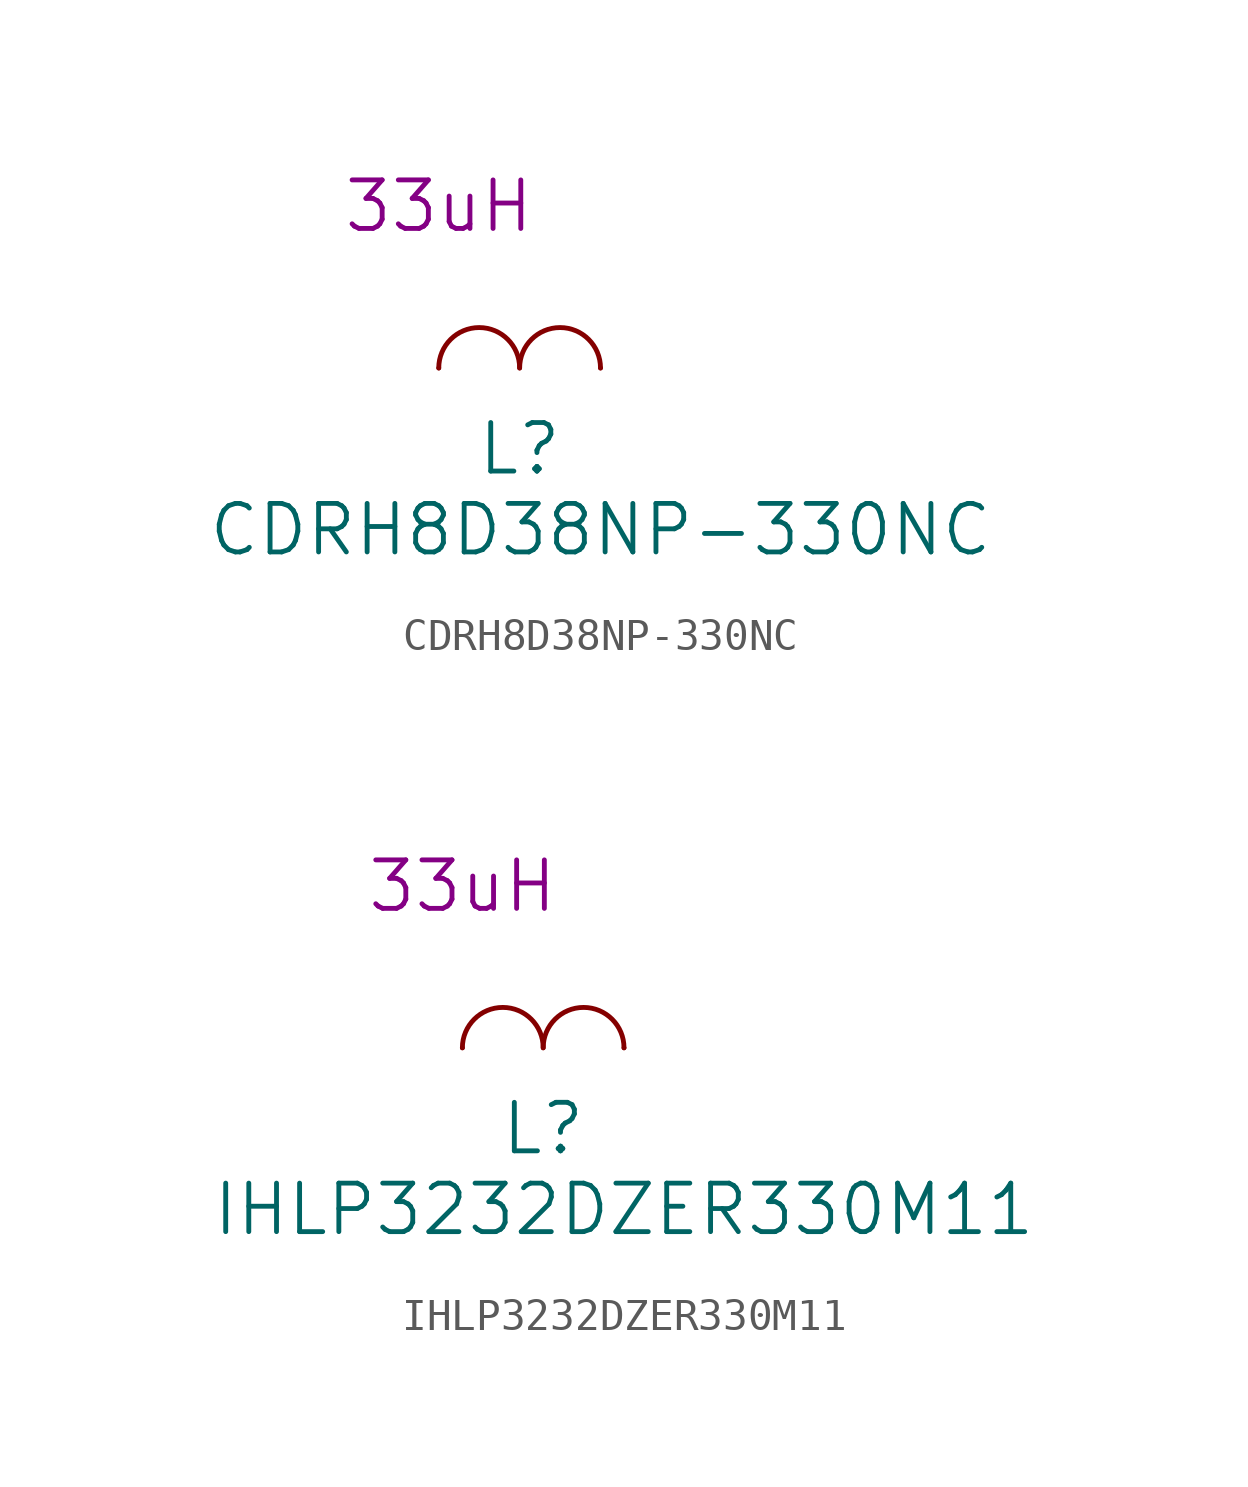
<source format=kicad_sym>
(kicad_symbol_lib
  (version 20220914)
  (generator kicad_symbol_editor)
  (symbol "CDRH8D38NP-330NC"
    (pin_numbers hide)
    (pin_names
      (offset 1.016) hide)
    (property "Reference" "L"
      (at 2.54 -2.54 0)
      (effects (font (size 1.524 1.524))))
    (property "Value" "CDRH8D38NP-330NC"
      (at 5.08 -5.08 0)
      (effects (font (size 1.524 1.524))))
    (property "Value2" "33uH"
      (at 0 5.08 0)
      (effects (font (size 1.524 1.524))))
    (symbol "CDRH8D38NP-330NC_1_1"
      (arc (start 2.54 0) (mid 1.27 1.2645) (end 0 0) (stroke (width 0) (type solid)) (fill (type none)))
      (arc (start 5.08 0) (mid 3.81 1.2645) (end 2.54 0) (stroke (width 0) (type solid)) (fill (type none)))
      (pin passive line (at 0 0 0) (length 0) (name "1" (effects (font (size 1.27 1.27)))) (number "1" (effects (font (size 1.27 1.27)))))
      (pin passive line (at 5.08 0 180) (length 0) (name "2" (effects (font (size 1.27 1.27)))) (number "2" (effects (font (size 1.27 1.27)))))))
  (symbol "IHLP3232DZER330M11"
    (pin_numbers hide)
    (pin_names
      (offset 1.016) hide)
    (property "Reference" "L"
      (at 2.54 -2.54 0)
      (effects (font (size 1.524 1.524))))
    (property "Value" "IHLP3232DZER330M11"
      (at 5.08 -5.08 0)
      (effects (font (size 1.524 1.524))))
    (property "Value2" "33uH"
      (at 0 5.08 0)
      (effects (font (size 1.524 1.524))))
    (symbol "IHLP3232DZER330M11_1_1"
      (arc (start 2.54 0) (mid 1.27 1.2645) (end 0 0) (stroke (width 0) (type solid)) (fill (type none)))
      (arc (start 5.08 0) (mid 3.81 1.2645) (end 2.54 0) (stroke (width 0) (type solid)) (fill (type none)))
      (pin passive line (at 0 0 0) (length 0) (name "1" (effects (font (size 1.27 1.27)))) (number "1" (effects (font (size 1.27 1.27)))))
      (pin passive line (at 5.08 0 180) (length 0) (name "2" (effects (font (size 1.27 1.27)))) (number "2" (effects (font (size 1.27 1.27))))))))
</source>
